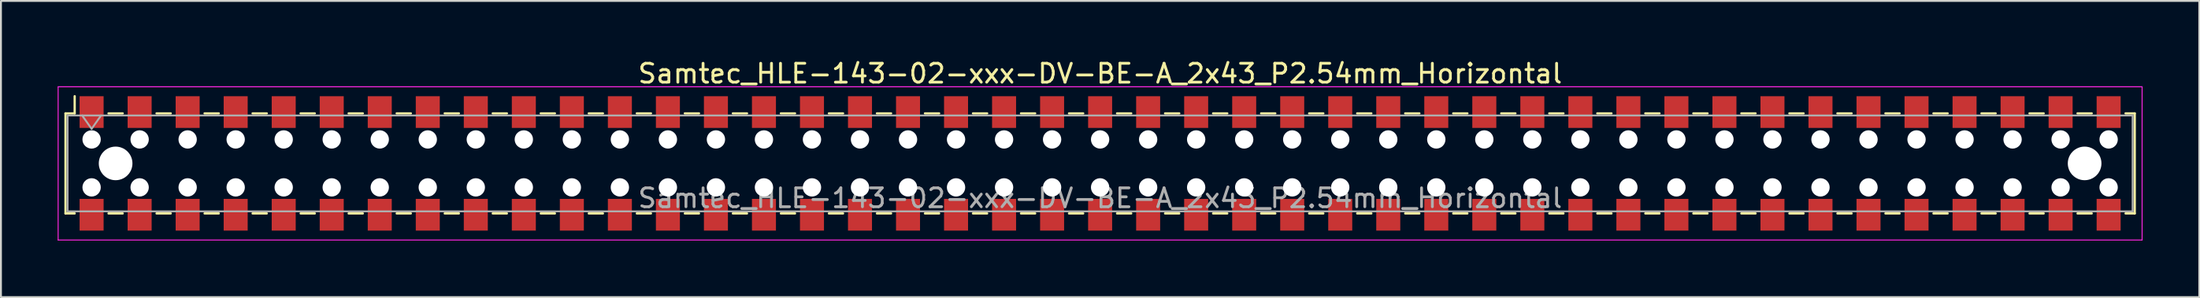
<source format=kicad_pcb>
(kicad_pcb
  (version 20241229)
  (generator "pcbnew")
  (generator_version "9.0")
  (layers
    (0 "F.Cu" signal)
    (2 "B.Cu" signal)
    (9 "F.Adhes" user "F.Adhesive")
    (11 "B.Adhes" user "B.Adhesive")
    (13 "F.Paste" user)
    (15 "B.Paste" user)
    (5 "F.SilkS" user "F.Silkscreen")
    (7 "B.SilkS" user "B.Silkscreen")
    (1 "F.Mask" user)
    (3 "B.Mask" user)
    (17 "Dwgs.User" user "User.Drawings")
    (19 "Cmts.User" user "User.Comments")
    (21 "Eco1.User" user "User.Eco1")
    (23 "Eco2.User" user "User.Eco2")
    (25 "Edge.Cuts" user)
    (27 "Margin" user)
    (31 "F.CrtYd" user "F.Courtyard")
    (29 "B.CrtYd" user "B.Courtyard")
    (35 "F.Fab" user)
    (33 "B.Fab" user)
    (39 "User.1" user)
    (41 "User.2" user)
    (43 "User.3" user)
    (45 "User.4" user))
  (footprint "Samtec_HLE-143-02-xxx-DV-BE-A_2x43_P2.54mm_Horizontal"
    (layer "F.Cu")
    (at 55.135 5.608)
    (property "Reference" "Samtec_HLE-143-02-xxx-DV-BE-A_2x43_P2.54mm_Horizontal" (at 0 -4.76 0) (layer "F.SilkS") (effects (font (size 1 1) (thickness 0.15))))
    (attr smd)
    (fp_line (start -54.72 -2.65) (end -54.72 2.65) (stroke (width 0.12) (type solid)) (layer "F.SilkS"))
    (fp_line (start -54.72 2.65) (end -54.235 2.65) (stroke (width 0.12) (type solid)) (layer "F.SilkS"))
    (fp_line (start -54.235 -3.56) (end -54.235 -2.65) (stroke (width 0.12) (type solid)) (layer "F.SilkS"))
    (fp_line (start -54.235 -2.65) (end -54.72 -2.65) (stroke (width 0.12) (type solid)) (layer "F.SilkS"))
    (fp_line (start -52.445 -2.65) (end -51.695 -2.65) (stroke (width 0.12) (type solid)) (layer "F.SilkS"))
    (fp_line (start -52.445 2.65) (end -51.695 2.65) (stroke (width 0.12) (type solid)) (layer "F.SilkS"))
    (fp_line (start -49.905 -2.65) (end -49.155 -2.65) (stroke (width 0.12) (type solid)) (layer "F.SilkS"))
    (fp_line (start -49.905 2.65) (end -49.155 2.65) (stroke (width 0.12) (type solid)) (layer "F.SilkS"))
    (fp_line (start -47.365 -2.65) (end -46.615 -2.65) (stroke (width 0.12) (type solid)) (layer "F.SilkS"))
    (fp_line (start -47.365 2.65) (end -46.615 2.65) (stroke (width 0.12) (type solid)) (layer "F.SilkS"))
    (fp_line (start -44.825 -2.65) (end -44.075 -2.65) (stroke (width 0.12) (type solid)) (layer "F.SilkS"))
    (fp_line (start -44.825 2.65) (end -44.075 2.65) (stroke (width 0.12) (type solid)) (layer "F.SilkS"))
    (fp_line (start -42.285 -2.65) (end -41.535 -2.65) (stroke (width 0.12) (type solid)) (layer "F.SilkS"))
    (fp_line (start -42.285 2.65) (end -41.535 2.65) (stroke (width 0.12) (type solid)) (layer "F.SilkS"))
    (fp_line (start -39.745 -2.65) (end -38.995 -2.65) (stroke (width 0.12) (type solid)) (layer "F.SilkS"))
    (fp_line (start -39.745 2.65) (end -38.995 2.65) (stroke (width 0.12) (type solid)) (layer "F.SilkS"))
    (fp_line (start -37.205 -2.65) (end -36.455 -2.65) (stroke (width 0.12) (type solid)) (layer "F.SilkS"))
    (fp_line (start -37.205 2.65) (end -36.455 2.65) (stroke (width 0.12) (type solid)) (layer "F.SilkS"))
    (fp_line (start -34.665 -2.65) (end -33.915 -2.65) (stroke (width 0.12) (type solid)) (layer "F.SilkS"))
    (fp_line (start -34.665 2.65) (end -33.915 2.65) (stroke (width 0.12) (type solid)) (layer "F.SilkS"))
    (fp_line (start -32.125 -2.65) (end -31.375 -2.65) (stroke (width 0.12) (type solid)) (layer "F.SilkS"))
    (fp_line (start -32.125 2.65) (end -31.375 2.65) (stroke (width 0.12) (type solid)) (layer "F.SilkS"))
    (fp_line (start -29.585 -2.65) (end -28.835 -2.65) (stroke (width 0.12) (type solid)) (layer "F.SilkS"))
    (fp_line (start -29.585 2.65) (end -28.835 2.65) (stroke (width 0.12) (type solid)) (layer "F.SilkS"))
    (fp_line (start -27.045 -2.65) (end -26.295 -2.65) (stroke (width 0.12) (type solid)) (layer "F.SilkS"))
    (fp_line (start -27.045 2.65) (end -26.295 2.65) (stroke (width 0.12) (type solid)) (layer "F.SilkS"))
    (fp_line (start -24.505 -2.65) (end -23.755 -2.65) (stroke (width 0.12) (type solid)) (layer "F.SilkS"))
    (fp_line (start -24.505 2.65) (end -23.755 2.65) (stroke (width 0.12) (type solid)) (layer "F.SilkS"))
    (fp_line (start -21.965 -2.65) (end -21.215 -2.65) (stroke (width 0.12) (type solid)) (layer "F.SilkS"))
    (fp_line (start -21.965 2.65) (end -21.215 2.65) (stroke (width 0.12) (type solid)) (layer "F.SilkS"))
    (fp_line (start -19.425 -2.65) (end -18.675 -2.65) (stroke (width 0.12) (type solid)) (layer "F.SilkS"))
    (fp_line (start -19.425 2.65) (end -18.675 2.65) (stroke (width 0.12) (type solid)) (layer "F.SilkS"))
    (fp_line (start -16.885 -2.65) (end -16.135 -2.65) (stroke (width 0.12) (type solid)) (layer "F.SilkS"))
    (fp_line (start -16.885 2.65) (end -16.135 2.65) (stroke (width 0.12) (type solid)) (layer "F.SilkS"))
    (fp_line (start -14.345 -2.65) (end -13.595 -2.65) (stroke (width 0.12) (type solid)) (layer "F.SilkS"))
    (fp_line (start -14.345 2.65) (end -13.595 2.65) (stroke (width 0.12) (type solid)) (layer "F.SilkS"))
    (fp_line (start -11.805 -2.65) (end -11.055 -2.65) (stroke (width 0.12) (type solid)) (layer "F.SilkS"))
    (fp_line (start -11.805 2.65) (end -11.055 2.65) (stroke (width 0.12) (type solid)) (layer "F.SilkS"))
    (fp_line (start -9.265 -2.65) (end -8.515 -2.65) (stroke (width 0.12) (type solid)) (layer "F.SilkS"))
    (fp_line (start -9.265 2.65) (end -8.515 2.65) (stroke (width 0.12) (type solid)) (layer "F.SilkS"))
    (fp_line (start -6.725 -2.65) (end -5.975 -2.65) (stroke (width 0.12) (type solid)) (layer "F.SilkS"))
    (fp_line (start -6.725 2.65) (end -5.975 2.65) (stroke (width 0.12) (type solid)) (layer "F.SilkS"))
    (fp_line (start -4.185 -2.65) (end -3.435 -2.65) (stroke (width 0.12) (type solid)) (layer "F.SilkS"))
    (fp_line (start -4.185 2.65) (end -3.435 2.65) (stroke (width 0.12) (type solid)) (layer "F.SilkS"))
    (fp_line (start -1.645 -2.65) (end -0.895 -2.65) (stroke (width 0.12) (type solid)) (layer "F.SilkS"))
    (fp_line (start -1.645 2.65) (end -0.895 2.65) (stroke (width 0.12) (type solid)) (layer "F.SilkS"))
    (fp_line (start 0.895 -2.65) (end 1.645 -2.65) (stroke (width 0.12) (type solid)) (layer "F.SilkS"))
    (fp_line (start 0.895 2.65) (end 1.645 2.65) (stroke (width 0.12) (type solid)) (layer "F.SilkS"))
    (fp_line (start 3.435 -2.65) (end 4.185 -2.65) (stroke (width 0.12) (type solid)) (layer "F.SilkS"))
    (fp_line (start 3.435 2.65) (end 4.185 2.65) (stroke (width 0.12) (type solid)) (layer "F.SilkS"))
    (fp_line (start 5.975 -2.65) (end 6.725 -2.65) (stroke (width 0.12) (type solid)) (layer "F.SilkS"))
    (fp_line (start 5.975 2.65) (end 6.725 2.65) (stroke (width 0.12) (type solid)) (layer "F.SilkS"))
    (fp_line (start 8.515 -2.65) (end 9.265 -2.65) (stroke (width 0.12) (type solid)) (layer "F.SilkS"))
    (fp_line (start 8.515 2.65) (end 9.265 2.65) (stroke (width 0.12) (type solid)) (layer "F.SilkS"))
    (fp_line (start 11.055 -2.65) (end 11.805 -2.65) (stroke (width 0.12) (type solid)) (layer "F.SilkS"))
    (fp_line (start 11.055 2.65) (end 11.805 2.65) (stroke (width 0.12) (type solid)) (layer "F.SilkS"))
    (fp_line (start 13.595 -2.65) (end 14.345 -2.65) (stroke (width 0.12) (type solid)) (layer "F.SilkS"))
    (fp_line (start 13.595 2.65) (end 14.345 2.65) (stroke (width 0.12) (type solid)) (layer "F.SilkS"))
    (fp_line (start 16.135 -2.65) (end 16.885 -2.65) (stroke (width 0.12) (type solid)) (layer "F.SilkS"))
    (fp_line (start 16.135 2.65) (end 16.885 2.65) (stroke (width 0.12) (type solid)) (layer "F.SilkS"))
    (fp_line (start 18.675 -2.65) (end 19.425 -2.65) (stroke (width 0.12) (type solid)) (layer "F.SilkS"))
    (fp_line (start 18.675 2.65) (end 19.425 2.65) (stroke (width 0.12) (type solid)) (layer "F.SilkS"))
    (fp_line (start 21.215 -2.65) (end 21.965 -2.65) (stroke (width 0.12) (type solid)) (layer "F.SilkS"))
    (fp_line (start 21.215 2.65) (end 21.965 2.65) (stroke (width 0.12) (type solid)) (layer "F.SilkS"))
    (fp_line (start 23.755 -2.65) (end 24.505 -2.65) (stroke (width 0.12) (type solid)) (layer "F.SilkS"))
    (fp_line (start 23.755 2.65) (end 24.505 2.65) (stroke (width 0.12) (type solid)) (layer "F.SilkS"))
    (fp_line (start 26.295 -2.65) (end 27.045 -2.65) (stroke (width 0.12) (type solid)) (layer "F.SilkS"))
    (fp_line (start 26.295 2.65) (end 27.045 2.65) (stroke (width 0.12) (type solid)) (layer "F.SilkS"))
    (fp_line (start 28.835 -2.65) (end 29.585 -2.65) (stroke (width 0.12) (type solid)) (layer "F.SilkS"))
    (fp_line (start 28.835 2.65) (end 29.585 2.65) (stroke (width 0.12) (type solid)) (layer "F.SilkS"))
    (fp_line (start 31.375 -2.65) (end 32.125 -2.65) (stroke (width 0.12) (type solid)) (layer "F.SilkS"))
    (fp_line (start 31.375 2.65) (end 32.125 2.65) (stroke (width 0.12) (type solid)) (layer "F.SilkS"))
    (fp_line (start 33.915 -2.65) (end 34.665 -2.65) (stroke (width 0.12) (type solid)) (layer "F.SilkS"))
    (fp_line (start 33.915 2.65) (end 34.665 2.65) (stroke (width 0.12) (type solid)) (layer "F.SilkS"))
    (fp_line (start 36.455 -2.65) (end 37.205 -2.65) (stroke (width 0.12) (type solid)) (layer "F.SilkS"))
    (fp_line (start 36.455 2.65) (end 37.205 2.65) (stroke (width 0.12) (type solid)) (layer "F.SilkS"))
    (fp_line (start 38.995 -2.65) (end 39.745 -2.65) (stroke (width 0.12) (type solid)) (layer "F.SilkS"))
    (fp_line (start 38.995 2.65) (end 39.745 2.65) (stroke (width 0.12) (type solid)) (layer "F.SilkS"))
    (fp_line (start 41.535 -2.65) (end 42.285 -2.65) (stroke (width 0.12) (type solid)) (layer "F.SilkS"))
    (fp_line (start 41.535 2.65) (end 42.285 2.65) (stroke (width 0.12) (type solid)) (layer "F.SilkS"))
    (fp_line (start 44.075 -2.65) (end 44.825 -2.65) (stroke (width 0.12) (type solid)) (layer "F.SilkS"))
    (fp_line (start 44.075 2.65) (end 44.825 2.65) (stroke (width 0.12) (type solid)) (layer "F.SilkS"))
    (fp_line (start 46.615 -2.65) (end 47.365 -2.65) (stroke (width 0.12) (type solid)) (layer "F.SilkS"))
    (fp_line (start 46.615 2.65) (end 47.365 2.65) (stroke (width 0.12) (type solid)) (layer "F.SilkS"))
    (fp_line (start 49.155 -2.65) (end 49.905 -2.65) (stroke (width 0.12) (type solid)) (layer "F.SilkS"))
    (fp_line (start 49.155 2.65) (end 49.905 2.65) (stroke (width 0.12) (type solid)) (layer "F.SilkS"))
    (fp_line (start 51.695 -2.65) (end 52.445 -2.65) (stroke (width 0.12) (type solid)) (layer "F.SilkS"))
    (fp_line (start 51.695 2.65) (end 52.445 2.65) (stroke (width 0.12) (type solid)) (layer "F.SilkS"))
    (fp_line (start 54.235 -2.65) (end 54.72 -2.65) (stroke (width 0.12) (type solid)) (layer "F.SilkS"))
    (fp_line (start 54.72 -2.65) (end 54.72 2.65) (stroke (width 0.12) (type solid)) (layer "F.SilkS"))
    (fp_line (start 54.72 2.65) (end 54.235 2.65) (stroke (width 0.12) (type solid)) (layer "F.SilkS"))
    (fp_line (start -55.11 -4.06) (end 55.11 -4.06) (stroke (width 0.05) (type solid)) (layer "F.CrtYd"))
    (fp_line (start -55.11 4.06) (end -55.11 -4.06) (stroke (width 0.05) (type solid)) (layer "F.CrtYd"))
    (fp_line (start 55.11 -4.06) (end 55.11 4.06) (stroke (width 0.05) (type solid)) (layer "F.CrtYd"))
    (fp_line (start 55.11 4.06) (end -55.11 4.06) (stroke (width 0.05) (type solid)) (layer "F.CrtYd"))
    (fp_line (start -54.61 -2.54) (end 54.61 -2.54) (stroke (width 0.1) (type solid)) (layer "F.Fab"))
    (fp_line (start -54.61 2.54) (end -54.61 -2.54) (stroke (width 0.1) (type solid)) (layer "F.Fab"))
    (fp_line (start -53.84 -2.54) (end -53.34 -1.833) (stroke (width 0.1) (type solid)) (layer "F.Fab"))
    (fp_line (start -53.34 -1.833) (end -52.84 -2.54) (stroke (width 0.1) (type solid)) (layer "F.Fab"))
    (fp_line (start 54.61 -2.54) (end 54.61 2.54) (stroke (width 0.1) (type solid)) (layer "F.Fab"))
    (fp_line (start 54.61 2.54) (end -54.61 2.54) (stroke (width 0.1) (type solid)) (layer "F.Fab"))
    (fp_text user "${REFERENCE}" (at 0 1.84 0) (layer "F.Fab") (effects (font (size 1 1) (thickness 0.15))))
    (pad "" np_thru_hole circle (at -53.34 -1.27) (size 0.97 0.97) (drill 0.97) (layers "*.Cu" "*.Mask"))
    (pad "" np_thru_hole circle (at -53.34 1.27) (size 0.97 0.97) (drill 0.97) (layers "*.Cu" "*.Mask"))
    (pad "" np_thru_hole circle (at -52.07 0) (size 1.78 1.78) (drill 1.78) (layers "*.Cu" "*.Mask"))
    (pad "" np_thru_hole circle (at -50.8 -1.27) (size 0.97 0.97) (drill 0.97) (layers "*.Cu" "*.Mask"))
    (pad "" np_thru_hole circle (at -50.8 1.27) (size 0.97 0.97) (drill 0.97) (layers "*.Cu" "*.Mask"))
    (pad "" np_thru_hole circle (at -48.26 -1.27) (size 0.97 0.97) (drill 0.97) (layers "*.Cu" "*.Mask"))
    (pad "" np_thru_hole circle (at -48.26 1.27) (size 0.97 0.97) (drill 0.97) (layers "*.Cu" "*.Mask"))
    (pad "" np_thru_hole circle (at -45.72 -1.27) (size 0.97 0.97) (drill 0.97) (layers "*.Cu" "*.Mask"))
    (pad "" np_thru_hole circle (at -45.72 1.27) (size 0.97 0.97) (drill 0.97) (layers "*.Cu" "*.Mask"))
    (pad "" np_thru_hole circle (at -43.18 -1.27) (size 0.97 0.97) (drill 0.97) (layers "*.Cu" "*.Mask"))
    (pad "" np_thru_hole circle (at -43.18 1.27) (size 0.97 0.97) (drill 0.97) (layers "*.Cu" "*.Mask"))
    (pad "" np_thru_hole circle (at -40.64 -1.27) (size 0.97 0.97) (drill 0.97) (layers "*.Cu" "*.Mask"))
    (pad "" np_thru_hole circle (at -40.64 1.27) (size 0.97 0.97) (drill 0.97) (layers "*.Cu" "*.Mask"))
    (pad "" np_thru_hole circle (at -38.1 -1.27) (size 0.97 0.97) (drill 0.97) (layers "*.Cu" "*.Mask"))
    (pad "" np_thru_hole circle (at -38.1 1.27) (size 0.97 0.97) (drill 0.97) (layers "*.Cu" "*.Mask"))
    (pad "" np_thru_hole circle (at -35.56 -1.27) (size 0.97 0.97) (drill 0.97) (layers "*.Cu" "*.Mask"))
    (pad "" np_thru_hole circle (at -35.56 1.27) (size 0.97 0.97) (drill 0.97) (layers "*.Cu" "*.Mask"))
    (pad "" np_thru_hole circle (at -33.02 -1.27) (size 0.97 0.97) (drill 0.97) (layers "*.Cu" "*.Mask"))
    (pad "" np_thru_hole circle (at -33.02 1.27) (size 0.97 0.97) (drill 0.97) (layers "*.Cu" "*.Mask"))
    (pad "" np_thru_hole circle (at -30.48 -1.27) (size 0.97 0.97) (drill 0.97) (layers "*.Cu" "*.Mask"))
    (pad "" np_thru_hole circle (at -30.48 1.27) (size 0.97 0.97) (drill 0.97) (layers "*.Cu" "*.Mask"))
    (pad "" np_thru_hole circle (at -27.94 -1.27) (size 0.97 0.97) (drill 0.97) (layers "*.Cu" "*.Mask"))
    (pad "" np_thru_hole circle (at -27.94 1.27) (size 0.97 0.97) (drill 0.97) (layers "*.Cu" "*.Mask"))
    (pad "" np_thru_hole circle (at -25.4 -1.27) (size 0.97 0.97) (drill 0.97) (layers "*.Cu" "*.Mask"))
    (pad "" np_thru_hole circle (at -25.4 1.27) (size 0.97 0.97) (drill 0.97) (layers "*.Cu" "*.Mask"))
    (pad "" np_thru_hole circle (at -22.86 -1.27) (size 0.97 0.97) (drill 0.97) (layers "*.Cu" "*.Mask"))
    (pad "" np_thru_hole circle (at -22.86 1.27) (size 0.97 0.97) (drill 0.97) (layers "*.Cu" "*.Mask"))
    (pad "" np_thru_hole circle (at -20.32 -1.27) (size 0.97 0.97) (drill 0.97) (layers "*.Cu" "*.Mask"))
    (pad "" np_thru_hole circle (at -20.32 1.27) (size 0.97 0.97) (drill 0.97) (layers "*.Cu" "*.Mask"))
    (pad "" np_thru_hole circle (at -17.78 -1.27) (size 0.97 0.97) (drill 0.97) (layers "*.Cu" "*.Mask"))
    (pad "" np_thru_hole circle (at -17.78 1.27) (size 0.97 0.97) (drill 0.97) (layers "*.Cu" "*.Mask"))
    (pad "" np_thru_hole circle (at -15.24 -1.27) (size 0.97 0.97) (drill 0.97) (layers "*.Cu" "*.Mask"))
    (pad "" np_thru_hole circle (at -15.24 1.27) (size 0.97 0.97) (drill 0.97) (layers "*.Cu" "*.Mask"))
    (pad "" np_thru_hole circle (at -12.7 -1.27) (size 0.97 0.97) (drill 0.97) (layers "*.Cu" "*.Mask"))
    (pad "" np_thru_hole circle (at -12.7 1.27) (size 0.97 0.97) (drill 0.97) (layers "*.Cu" "*.Mask"))
    (pad "" np_thru_hole circle (at -10.16 -1.27) (size 0.97 0.97) (drill 0.97) (layers "*.Cu" "*.Mask"))
    (pad "" np_thru_hole circle (at -10.16 1.27) (size 0.97 0.97) (drill 0.97) (layers "*.Cu" "*.Mask"))
    (pad "" np_thru_hole circle (at -7.62 -1.27) (size 0.97 0.97) (drill 0.97) (layers "*.Cu" "*.Mask"))
    (pad "" np_thru_hole circle (at -7.62 1.27) (size 0.97 0.97) (drill 0.97) (layers "*.Cu" "*.Mask"))
    (pad "" np_thru_hole circle (at -5.08 -1.27) (size 0.97 0.97) (drill 0.97) (layers "*.Cu" "*.Mask"))
    (pad "" np_thru_hole circle (at -5.08 1.27) (size 0.97 0.97) (drill 0.97) (layers "*.Cu" "*.Mask"))
    (pad "" np_thru_hole circle (at -2.54 -1.27) (size 0.97 0.97) (drill 0.97) (layers "*.Cu" "*.Mask"))
    (pad "" np_thru_hole circle (at -2.54 1.27) (size 0.97 0.97) (drill 0.97) (layers "*.Cu" "*.Mask"))
    (pad "" np_thru_hole circle (at 0 -1.27) (size 0.97 0.97) (drill 0.97) (layers "*.Cu" "*.Mask"))
    (pad "" np_thru_hole circle (at 0 1.27) (size 0.97 0.97) (drill 0.97) (layers "*.Cu" "*.Mask"))
    (pad "" np_thru_hole circle (at 2.54 -1.27) (size 0.97 0.97) (drill 0.97) (layers "*.Cu" "*.Mask"))
    (pad "" np_thru_hole circle (at 2.54 1.27) (size 0.97 0.97) (drill 0.97) (layers "*.Cu" "*.Mask"))
    (pad "" np_thru_hole circle (at 5.08 -1.27) (size 0.97 0.97) (drill 0.97) (layers "*.Cu" "*.Mask"))
    (pad "" np_thru_hole circle (at 5.08 1.27) (size 0.97 0.97) (drill 0.97) (layers "*.Cu" "*.Mask"))
    (pad "" np_thru_hole circle (at 7.62 -1.27) (size 0.97 0.97) (drill 0.97) (layers "*.Cu" "*.Mask"))
    (pad "" np_thru_hole circle (at 7.62 1.27) (size 0.97 0.97) (drill 0.97) (layers "*.Cu" "*.Mask"))
    (pad "" np_thru_hole circle (at 10.16 -1.27) (size 0.97 0.97) (drill 0.97) (layers "*.Cu" "*.Mask"))
    (pad "" np_thru_hole circle (at 10.16 1.27) (size 0.97 0.97) (drill 0.97) (layers "*.Cu" "*.Mask"))
    (pad "" np_thru_hole circle (at 12.7 -1.27) (size 0.97 0.97) (drill 0.97) (layers "*.Cu" "*.Mask"))
    (pad "" np_thru_hole circle (at 12.7 1.27) (size 0.97 0.97) (drill 0.97) (layers "*.Cu" "*.Mask"))
    (pad "" np_thru_hole circle (at 15.24 -1.27) (size 0.97 0.97) (drill 0.97) (layers "*.Cu" "*.Mask"))
    (pad "" np_thru_hole circle (at 15.24 1.27) (size 0.97 0.97) (drill 0.97) (layers "*.Cu" "*.Mask"))
    (pad "" np_thru_hole circle (at 17.78 -1.27) (size 0.97 0.97) (drill 0.97) (layers "*.Cu" "*.Mask"))
    (pad "" np_thru_hole circle (at 17.78 1.27) (size 0.97 0.97) (drill 0.97) (layers "*.Cu" "*.Mask"))
    (pad "" np_thru_hole circle (at 20.32 -1.27) (size 0.97 0.97) (drill 0.97) (layers "*.Cu" "*.Mask"))
    (pad "" np_thru_hole circle (at 20.32 1.27) (size 0.97 0.97) (drill 0.97) (layers "*.Cu" "*.Mask"))
    (pad "" np_thru_hole circle (at 22.86 -1.27) (size 0.97 0.97) (drill 0.97) (layers "*.Cu" "*.Mask"))
    (pad "" np_thru_hole circle (at 22.86 1.27) (size 0.97 0.97) (drill 0.97) (layers "*.Cu" "*.Mask"))
    (pad "" np_thru_hole circle (at 25.4 -1.27) (size 0.97 0.97) (drill 0.97) (layers "*.Cu" "*.Mask"))
    (pad "" np_thru_hole circle (at 25.4 1.27) (size 0.97 0.97) (drill 0.97) (layers "*.Cu" "*.Mask"))
    (pad "" np_thru_hole circle (at 27.94 -1.27) (size 0.97 0.97) (drill 0.97) (layers "*.Cu" "*.Mask"))
    (pad "" np_thru_hole circle (at 27.94 1.27) (size 0.97 0.97) (drill 0.97) (layers "*.Cu" "*.Mask"))
    (pad "" np_thru_hole circle (at 30.48 -1.27) (size 0.97 0.97) (drill 0.97) (layers "*.Cu" "*.Mask"))
    (pad "" np_thru_hole circle (at 30.48 1.27) (size 0.97 0.97) (drill 0.97) (layers "*.Cu" "*.Mask"))
    (pad "" np_thru_hole circle (at 33.02 -1.27) (size 0.97 0.97) (drill 0.97) (layers "*.Cu" "*.Mask"))
    (pad "" np_thru_hole circle (at 33.02 1.27) (size 0.97 0.97) (drill 0.97) (layers "*.Cu" "*.Mask"))
    (pad "" np_thru_hole circle (at 35.56 -1.27) (size 0.97 0.97) (drill 0.97) (layers "*.Cu" "*.Mask"))
    (pad "" np_thru_hole circle (at 35.56 1.27) (size 0.97 0.97) (drill 0.97) (layers "*.Cu" "*.Mask"))
    (pad "" np_thru_hole circle (at 38.1 -1.27) (size 0.97 0.97) (drill 0.97) (layers "*.Cu" "*.Mask"))
    (pad "" np_thru_hole circle (at 38.1 1.27) (size 0.97 0.97) (drill 0.97) (layers "*.Cu" "*.Mask"))
    (pad "" np_thru_hole circle (at 40.64 -1.27) (size 0.97 0.97) (drill 0.97) (layers "*.Cu" "*.Mask"))
    (pad "" np_thru_hole circle (at 40.64 1.27) (size 0.97 0.97) (drill 0.97) (layers "*.Cu" "*.Mask"))
    (pad "" np_thru_hole circle (at 43.18 -1.27) (size 0.97 0.97) (drill 0.97) (layers "*.Cu" "*.Mask"))
    (pad "" np_thru_hole circle (at 43.18 1.27) (size 0.97 0.97) (drill 0.97) (layers "*.Cu" "*.Mask"))
    (pad "" np_thru_hole circle (at 45.72 -1.27) (size 0.97 0.97) (drill 0.97) (layers "*.Cu" "*.Mask"))
    (pad "" np_thru_hole circle (at 45.72 1.27) (size 0.97 0.97) (drill 0.97) (layers "*.Cu" "*.Mask"))
    (pad "" np_thru_hole circle (at 48.26 -1.27) (size 0.97 0.97) (drill 0.97) (layers "*.Cu" "*.Mask"))
    (pad "" np_thru_hole circle (at 48.26 1.27) (size 0.97 0.97) (drill 0.97) (layers "*.Cu" "*.Mask"))
    (pad "" np_thru_hole circle (at 50.8 -1.27) (size 0.97 0.97) (drill 0.97) (layers "*.Cu" "*.Mask"))
    (pad "" np_thru_hole circle (at 50.8 1.27) (size 0.97 0.97) (drill 0.97) (layers "*.Cu" "*.Mask"))
    (pad "" np_thru_hole circle (at 52.07 0) (size 1.78 1.78) (drill 1.78) (layers "*.Cu" "*.Mask"))
    (pad "" np_thru_hole circle (at 53.34 -1.27) (size 0.97 0.97) (drill 0.97) (layers "*.Cu" "*.Mask"))
    (pad "" np_thru_hole circle (at 53.34 1.27) (size 0.97 0.97) (drill 0.97) (layers "*.Cu" "*.Mask"))
    (pad "1" smd rect (at -53.34 -2.72) (size 1.27 1.68) (layers "F.Cu" "F.Mask" "F.Paste"))
    (pad "2" smd rect (at -53.34 2.72) (size 1.27 1.68) (layers "F.Cu" "F.Mask" "F.Paste"))
    (pad "3" smd rect (at -50.8 -2.72) (size 1.27 1.68) (layers "F.Cu" "F.Mask" "F.Paste"))
    (pad "4" smd rect (at -50.8 2.72) (size 1.27 1.68) (layers "F.Cu" "F.Mask" "F.Paste"))
    (pad "5" smd rect (at -48.26 -2.72) (size 1.27 1.68) (layers "F.Cu" "F.Mask" "F.Paste"))
    (pad "6" smd rect (at -48.26 2.72) (size 1.27 1.68) (layers "F.Cu" "F.Mask" "F.Paste"))
    (pad "7" smd rect (at -45.72 -2.72) (size 1.27 1.68) (layers "F.Cu" "F.Mask" "F.Paste"))
    (pad "8" smd rect (at -45.72 2.72) (size 1.27 1.68) (layers "F.Cu" "F.Mask" "F.Paste"))
    (pad "9" smd rect (at -43.18 -2.72) (size 1.27 1.68) (layers "F.Cu" "F.Mask" "F.Paste"))
    (pad "10" smd rect (at -43.18 2.72) (size 1.27 1.68) (layers "F.Cu" "F.Mask" "F.Paste"))
    (pad "11" smd rect (at -40.64 -2.72) (size 1.27 1.68) (layers "F.Cu" "F.Mask" "F.Paste"))
    (pad "12" smd rect (at -40.64 2.72) (size 1.27 1.68) (layers "F.Cu" "F.Mask" "F.Paste"))
    (pad "13" smd rect (at -38.1 -2.72) (size 1.27 1.68) (layers "F.Cu" "F.Mask" "F.Paste"))
    (pad "14" smd rect (at -38.1 2.72) (size 1.27 1.68) (layers "F.Cu" "F.Mask" "F.Paste"))
    (pad "15" smd rect (at -35.56 -2.72) (size 1.27 1.68) (layers "F.Cu" "F.Mask" "F.Paste"))
    (pad "16" smd rect (at -35.56 2.72) (size 1.27 1.68) (layers "F.Cu" "F.Mask" "F.Paste"))
    (pad "17" smd rect (at -33.02 -2.72) (size 1.27 1.68) (layers "F.Cu" "F.Mask" "F.Paste"))
    (pad "18" smd rect (at -33.02 2.72) (size 1.27 1.68) (layers "F.Cu" "F.Mask" "F.Paste"))
    (pad "19" smd rect (at -30.48 -2.72) (size 1.27 1.68) (layers "F.Cu" "F.Mask" "F.Paste"))
    (pad "20" smd rect (at -30.48 2.72) (size 1.27 1.68) (layers "F.Cu" "F.Mask" "F.Paste"))
    (pad "21" smd rect (at -27.94 -2.72) (size 1.27 1.68) (layers "F.Cu" "F.Mask" "F.Paste"))
    (pad "22" smd rect (at -27.94 2.72) (size 1.27 1.68) (layers "F.Cu" "F.Mask" "F.Paste"))
    (pad "23" smd rect (at -25.4 -2.72) (size 1.27 1.68) (layers "F.Cu" "F.Mask" "F.Paste"))
    (pad "24" smd rect (at -25.4 2.72) (size 1.27 1.68) (layers "F.Cu" "F.Mask" "F.Paste"))
    (pad "25" smd rect (at -22.86 -2.72) (size 1.27 1.68) (layers "F.Cu" "F.Mask" "F.Paste"))
    (pad "26" smd rect (at -22.86 2.72) (size 1.27 1.68) (layers "F.Cu" "F.Mask" "F.Paste"))
    (pad "27" smd rect (at -20.32 -2.72) (size 1.27 1.68) (layers "F.Cu" "F.Mask" "F.Paste"))
    (pad "28" smd rect (at -20.32 2.72) (size 1.27 1.68) (layers "F.Cu" "F.Mask" "F.Paste"))
    (pad "29" smd rect (at -17.78 -2.72) (size 1.27 1.68) (layers "F.Cu" "F.Mask" "F.Paste"))
    (pad "30" smd rect (at -17.78 2.72) (size 1.27 1.68) (layers "F.Cu" "F.Mask" "F.Paste"))
    (pad "31" smd rect (at -15.24 -2.72) (size 1.27 1.68) (layers "F.Cu" "F.Mask" "F.Paste"))
    (pad "32" smd rect (at -15.24 2.72) (size 1.27 1.68) (layers "F.Cu" "F.Mask" "F.Paste"))
    (pad "33" smd rect (at -12.7 -2.72) (size 1.27 1.68) (layers "F.Cu" "F.Mask" "F.Paste"))
    (pad "34" smd rect (at -12.7 2.72) (size 1.27 1.68) (layers "F.Cu" "F.Mask" "F.Paste"))
    (pad "35" smd rect (at -10.16 -2.72) (size 1.27 1.68) (layers "F.Cu" "F.Mask" "F.Paste"))
    (pad "36" smd rect (at -10.16 2.72) (size 1.27 1.68) (layers "F.Cu" "F.Mask" "F.Paste"))
    (pad "37" smd rect (at -7.62 -2.72) (size 1.27 1.68) (layers "F.Cu" "F.Mask" "F.Paste"))
    (pad "38" smd rect (at -7.62 2.72) (size 1.27 1.68) (layers "F.Cu" "F.Mask" "F.Paste"))
    (pad "39" smd rect (at -5.08 -2.72) (size 1.27 1.68) (layers "F.Cu" "F.Mask" "F.Paste"))
    (pad "40" smd rect (at -5.08 2.72) (size 1.27 1.68) (layers "F.Cu" "F.Mask" "F.Paste"))
    (pad "41" smd rect (at -2.54 -2.72) (size 1.27 1.68) (layers "F.Cu" "F.Mask" "F.Paste"))
    (pad "42" smd rect (at -2.54 2.72) (size 1.27 1.68) (layers "F.Cu" "F.Mask" "F.Paste"))
    (pad "43" smd rect (at 0 -2.72) (size 1.27 1.68) (layers "F.Cu" "F.Mask" "F.Paste"))
    (pad "44" smd rect (at 0 2.72) (size 1.27 1.68) (layers "F.Cu" "F.Mask" "F.Paste"))
    (pad "45" smd rect (at 2.54 -2.72) (size 1.27 1.68) (layers "F.Cu" "F.Mask" "F.Paste"))
    (pad "46" smd rect (at 2.54 2.72) (size 1.27 1.68) (layers "F.Cu" "F.Mask" "F.Paste"))
    (pad "47" smd rect (at 5.08 -2.72) (size 1.27 1.68) (layers "F.Cu" "F.Mask" "F.Paste"))
    (pad "48" smd rect (at 5.08 2.72) (size 1.27 1.68) (layers "F.Cu" "F.Mask" "F.Paste"))
    (pad "49" smd rect (at 7.62 -2.72) (size 1.27 1.68) (layers "F.Cu" "F.Mask" "F.Paste"))
    (pad "50" smd rect (at 7.62 2.72) (size 1.27 1.68) (layers "F.Cu" "F.Mask" "F.Paste"))
    (pad "51" smd rect (at 10.16 -2.72) (size 1.27 1.68) (layers "F.Cu" "F.Mask" "F.Paste"))
    (pad "52" smd rect (at 10.16 2.72) (size 1.27 1.68) (layers "F.Cu" "F.Mask" "F.Paste"))
    (pad "53" smd rect (at 12.7 -2.72) (size 1.27 1.68) (layers "F.Cu" "F.Mask" "F.Paste"))
    (pad "54" smd rect (at 12.7 2.72) (size 1.27 1.68) (layers "F.Cu" "F.Mask" "F.Paste"))
    (pad "55" smd rect (at 15.24 -2.72) (size 1.27 1.68) (layers "F.Cu" "F.Mask" "F.Paste"))
    (pad "56" smd rect (at 15.24 2.72) (size 1.27 1.68) (layers "F.Cu" "F.Mask" "F.Paste"))
    (pad "57" smd rect (at 17.78 -2.72) (size 1.27 1.68) (layers "F.Cu" "F.Mask" "F.Paste"))
    (pad "58" smd rect (at 17.78 2.72) (size 1.27 1.68) (layers "F.Cu" "F.Mask" "F.Paste"))
    (pad "59" smd rect (at 20.32 -2.72) (size 1.27 1.68) (layers "F.Cu" "F.Mask" "F.Paste"))
    (pad "60" smd rect (at 20.32 2.72) (size 1.27 1.68) (layers "F.Cu" "F.Mask" "F.Paste"))
    (pad "61" smd rect (at 22.86 -2.72) (size 1.27 1.68) (layers "F.Cu" "F.Mask" "F.Paste"))
    (pad "62" smd rect (at 22.86 2.72) (size 1.27 1.68) (layers "F.Cu" "F.Mask" "F.Paste"))
    (pad "63" smd rect (at 25.4 -2.72) (size 1.27 1.68) (layers "F.Cu" "F.Mask" "F.Paste"))
    (pad "64" smd rect (at 25.4 2.72) (size 1.27 1.68) (layers "F.Cu" "F.Mask" "F.Paste"))
    (pad "65" smd rect (at 27.94 -2.72) (size 1.27 1.68) (layers "F.Cu" "F.Mask" "F.Paste"))
    (pad "66" smd rect (at 27.94 2.72) (size 1.27 1.68) (layers "F.Cu" "F.Mask" "F.Paste"))
    (pad "67" smd rect (at 30.48 -2.72) (size 1.27 1.68) (layers "F.Cu" "F.Mask" "F.Paste"))
    (pad "68" smd rect (at 30.48 2.72) (size 1.27 1.68) (layers "F.Cu" "F.Mask" "F.Paste"))
    (pad "69" smd rect (at 33.02 -2.72) (size 1.27 1.68) (layers "F.Cu" "F.Mask" "F.Paste"))
    (pad "70" smd rect (at 33.02 2.72) (size 1.27 1.68) (layers "F.Cu" "F.Mask" "F.Paste"))
    (pad "71" smd rect (at 35.56 -2.72) (size 1.27 1.68) (layers "F.Cu" "F.Mask" "F.Paste"))
    (pad "72" smd rect (at 35.56 2.72) (size 1.27 1.68) (layers "F.Cu" "F.Mask" "F.Paste"))
    (pad "73" smd rect (at 38.1 -2.72) (size 1.27 1.68) (layers "F.Cu" "F.Mask" "F.Paste"))
    (pad "74" smd rect (at 38.1 2.72) (size 1.27 1.68) (layers "F.Cu" "F.Mask" "F.Paste"))
    (pad "75" smd rect (at 40.64 -2.72) (size 1.27 1.68) (layers "F.Cu" "F.Mask" "F.Paste"))
    (pad "76" smd rect (at 40.64 2.72) (size 1.27 1.68) (layers "F.Cu" "F.Mask" "F.Paste"))
    (pad "77" smd rect (at 43.18 -2.72) (size 1.27 1.68) (layers "F.Cu" "F.Mask" "F.Paste"))
    (pad "78" smd rect (at 43.18 2.72) (size 1.27 1.68) (layers "F.Cu" "F.Mask" "F.Paste"))
    (pad "79" smd rect (at 45.72 -2.72) (size 1.27 1.68) (layers "F.Cu" "F.Mask" "F.Paste"))
    (pad "80" smd rect (at 45.72 2.72) (size 1.27 1.68) (layers "F.Cu" "F.Mask" "F.Paste"))
    (pad "81" smd rect (at 48.26 -2.72) (size 1.27 1.68) (layers "F.Cu" "F.Mask" "F.Paste"))
    (pad "82" smd rect (at 48.26 2.72) (size 1.27 1.68) (layers "F.Cu" "F.Mask" "F.Paste"))
    (pad "83" smd rect (at 50.8 -2.72) (size 1.27 1.68) (layers "F.Cu" "F.Mask" "F.Paste"))
    (pad "84" smd rect (at 50.8 2.72) (size 1.27 1.68) (layers "F.Cu" "F.Mask" "F.Paste"))
    (pad "85" smd rect (at 53.34 -2.72) (size 1.27 1.68) (layers "F.Cu" "F.Mask" "F.Paste"))
    (pad "86" smd rect (at 53.34 2.72) (size 1.27 1.68) (layers "F.Cu" "F.Mask" "F.Paste")))
  (gr_rect
    (start -3 -3)
    (end 113.27 12.693)
    (stroke (width 0.1) (type default))
    (fill no)
    (layer "Edge.Cuts")))
</source>
